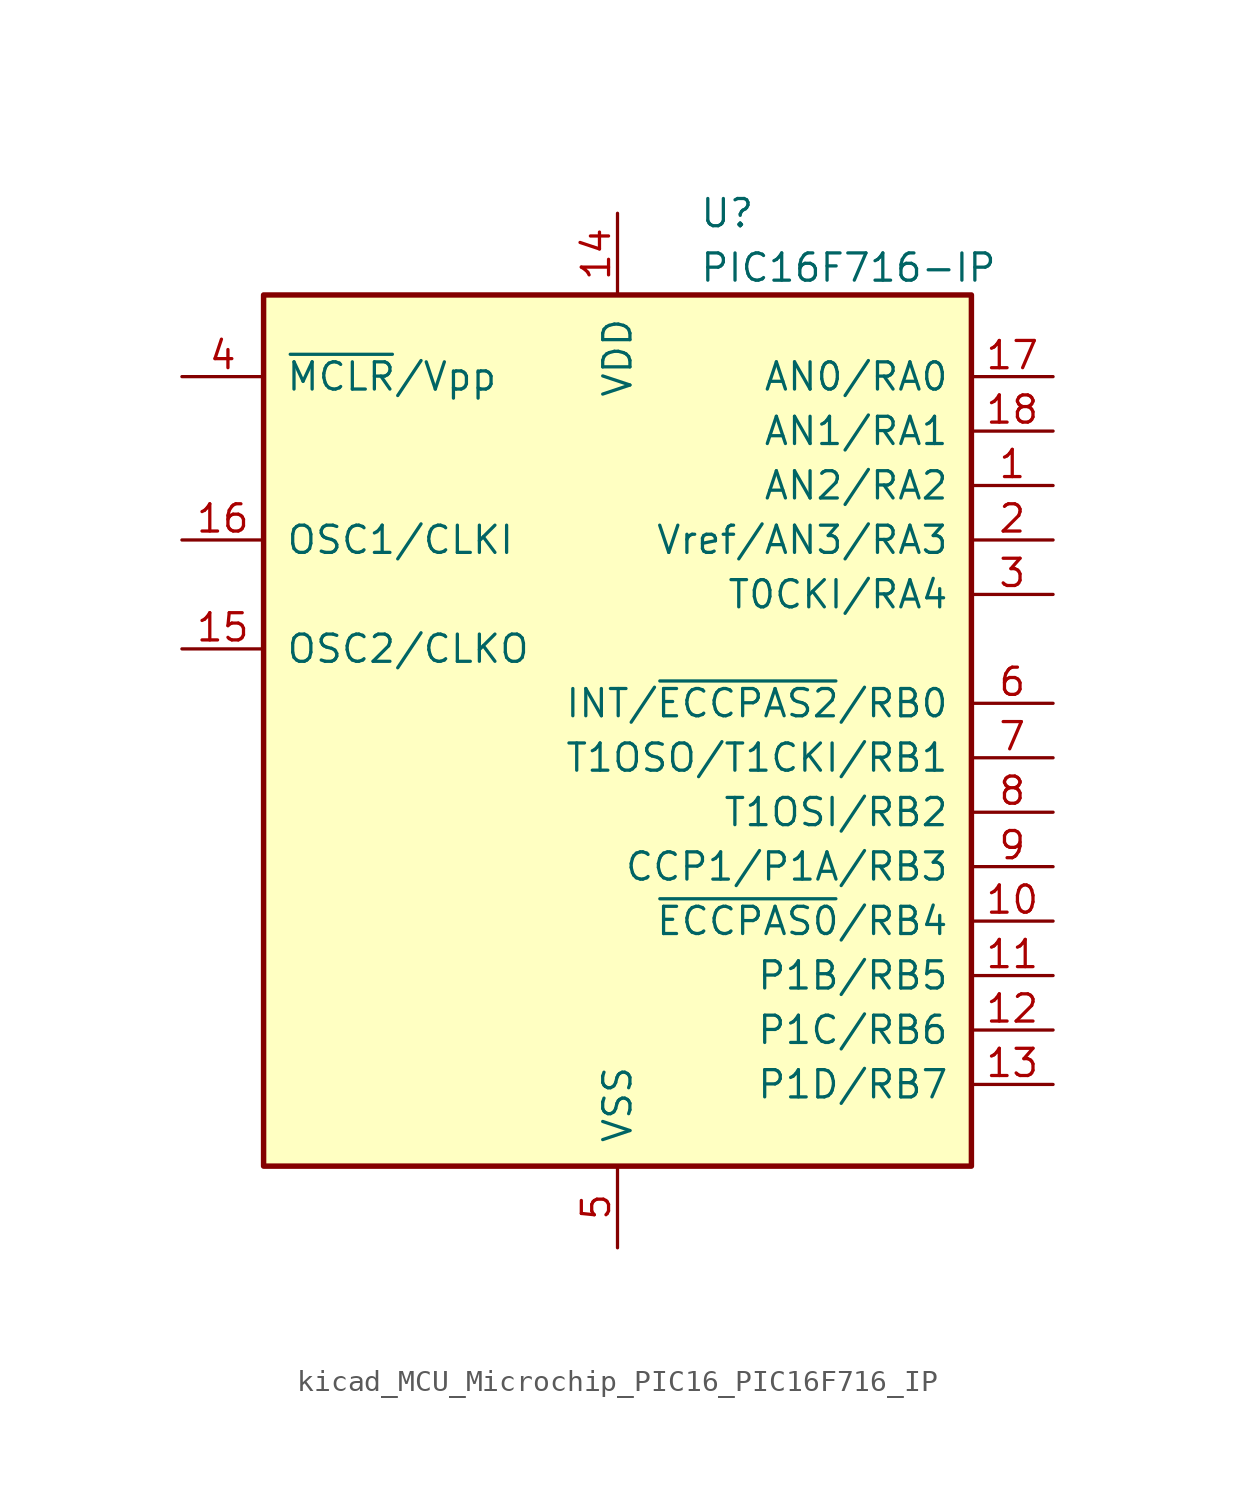
<source format=kicad_sym>
(kicad_symbol_lib
  (version 20220914)
  (generator kicad_symbol_editor)
  (symbol "kicad_MCU_Microchip_PIC16_PIC16F716_IP"
    (pin_names
      (offset 1.016))
    (property "Reference" "U"
      (at 3.81 22.86 0)
      (effects (font (size 1.27 1.27)) (justify left)))
    (property "Value" "PIC16F716-IP"
      (at 3.81 20.32 0)
      (effects (font (size 1.27 1.27)) (justify left)))
    (symbol "kicad_MCU_Microchip_PIC16_PIC16F716_IP_0_1"
      (rectangle (start -16.51 19.05) (end 16.51 -21.59) (stroke (width 0.254) (type default)) (fill (type background))))
    (symbol "kicad_MCU_Microchip_PIC16_PIC16F716_IP_1_1"
      (pin bidirectional line (at 20.32 10.16 180) (length 3.81) (name "AN2/RA2" (effects (font (size 1.27 1.27)))) (number "1" (effects (font (size 1.27 1.27)))))
      (pin bidirectional line (at 20.32 -10.16 180) (length 3.81) (name "~{ECCPAS0}/RB4" (effects (font (size 1.27 1.27)))) (number "10" (effects (font (size 1.27 1.27)))))
      (pin bidirectional line (at 20.32 -12.7 180) (length 3.81) (name "P1B/RB5" (effects (font (size 1.27 1.27)))) (number "11" (effects (font (size 1.27 1.27)))))
      (pin bidirectional line (at 20.32 -15.24 180) (length 3.81) (name "P1C/RB6" (effects (font (size 1.27 1.27)))) (number "12" (effects (font (size 1.27 1.27)))))
      (pin bidirectional line (at 20.32 -17.78 180) (length 3.81) (name "P1D/RB7" (effects (font (size 1.27 1.27)))) (number "13" (effects (font (size 1.27 1.27)))))
      (pin power_in line (at 0 22.86 270) (length 3.81) (name "VDD" (effects (font (size 1.27 1.27)))) (number "14" (effects (font (size 1.27 1.27)))))
      (pin output line (at -20.32 2.54 0) (length 3.81) (name "OSC2/CLKO" (effects (font (size 1.27 1.27)))) (number "15" (effects (font (size 1.27 1.27)))))
      (pin input line (at -20.32 7.62 0) (length 3.81) (name "OSC1/CLKI" (effects (font (size 1.27 1.27)))) (number "16" (effects (font (size 1.27 1.27)))))
      (pin bidirectional line (at 20.32 15.24 180) (length 3.81) (name "AN0/RA0" (effects (font (size 1.27 1.27)))) (number "17" (effects (font (size 1.27 1.27)))))
      (pin bidirectional line (at 20.32 12.7 180) (length 3.81) (name "AN1/RA1" (effects (font (size 1.27 1.27)))) (number "18" (effects (font (size 1.27 1.27)))))
      (pin bidirectional line (at 20.32 7.62 180) (length 3.81) (name "Vref/AN3/RA3" (effects (font (size 1.27 1.27)))) (number "2" (effects (font (size 1.27 1.27)))))
      (pin output line (at 20.32 5.08 180) (length 3.81) (name "T0CKI/RA4" (effects (font (size 1.27 1.27)))) (number "3" (effects (font (size 1.27 1.27)))))
      (pin input line (at -20.32 15.24 0) (length 3.81) (name "~{MCLR}/Vpp" (effects (font (size 1.27 1.27)))) (number "4" (effects (font (size 1.27 1.27)))))
      (pin power_in line (at 0 -25.4 90) (length 3.81) (name "VSS" (effects (font (size 1.27 1.27)))) (number "5" (effects (font (size 1.27 1.27)))))
      (pin bidirectional line (at 20.32 0 180) (length 3.81) (name "INT/~{ECCPAS2}/RB0" (effects (font (size 1.27 1.27)))) (number "6" (effects (font (size 1.27 1.27)))))
      (pin bidirectional line (at 20.32 -2.54 180) (length 3.81) (name "T1OSO/T1CKI/RB1" (effects (font (size 1.27 1.27)))) (number "7" (effects (font (size 1.27 1.27)))))
      (pin bidirectional line (at 20.32 -5.08 180) (length 3.81) (name "T1OSI/RB2" (effects (font (size 1.27 1.27)))) (number "8" (effects (font (size 1.27 1.27)))))
      (pin bidirectional line (at 20.32 -7.62 180) (length 3.81) (name "CCP1/P1A/RB3" (effects (font (size 1.27 1.27)))) (number "9" (effects (font (size 1.27 1.27))))))))
</source>
